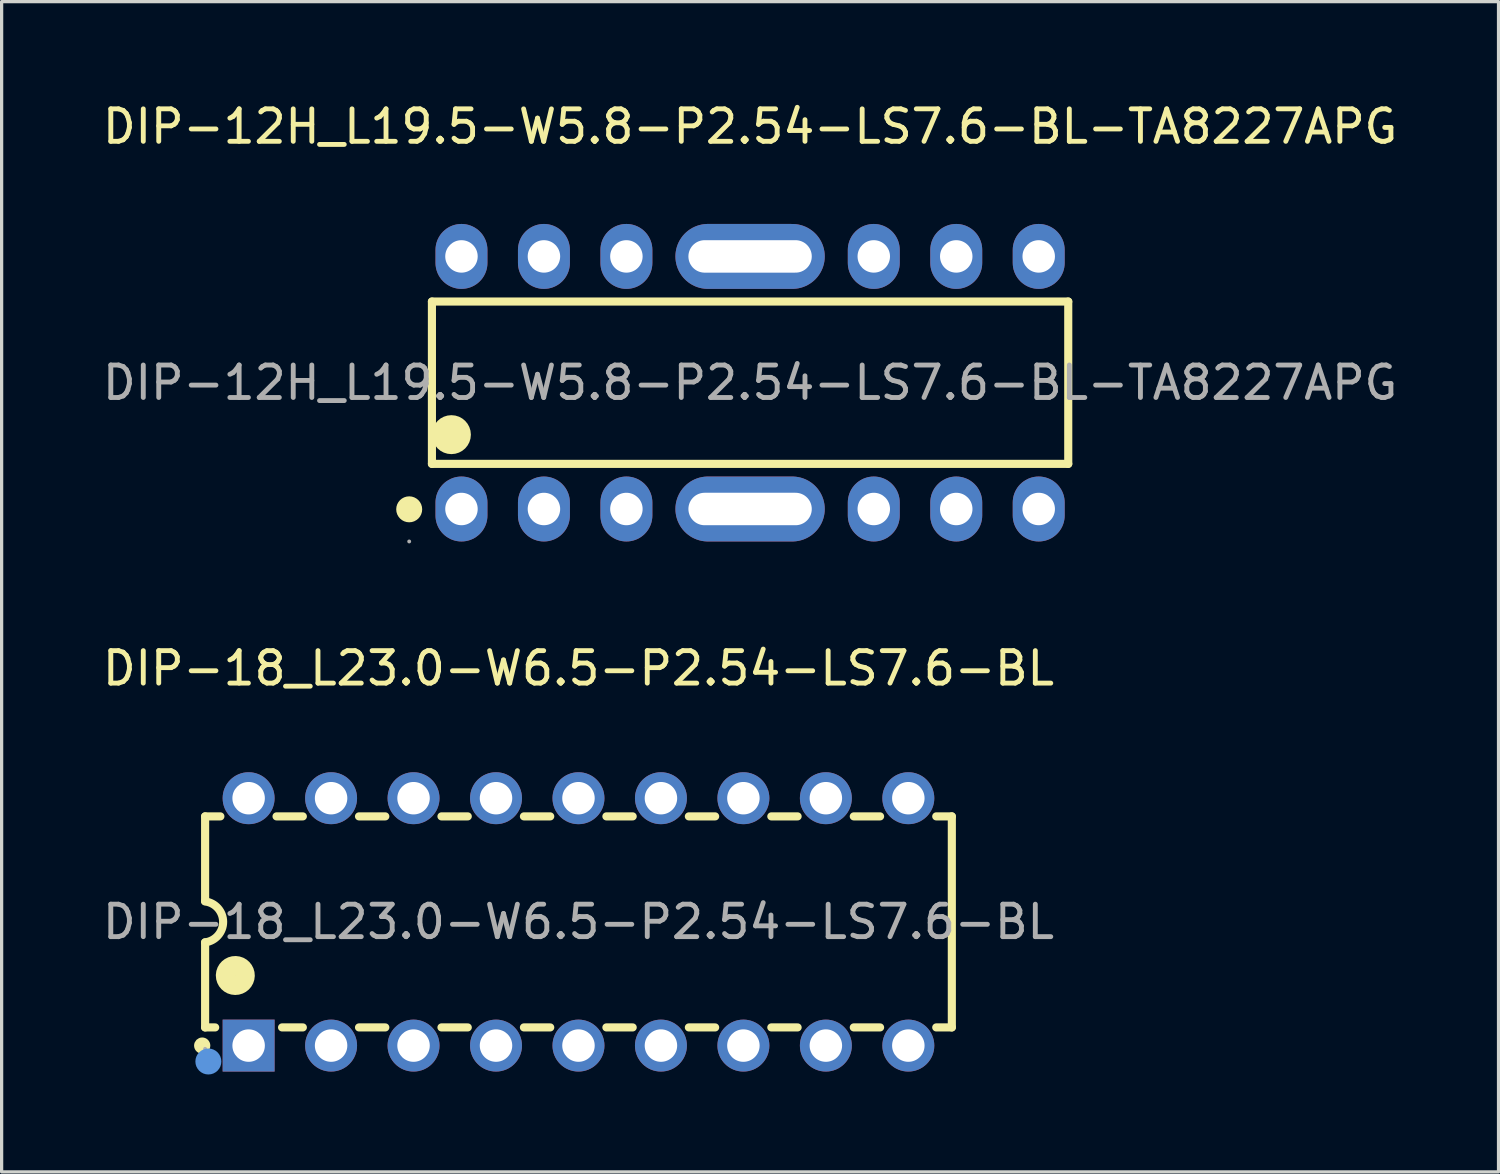
<source format=kicad_pcb>
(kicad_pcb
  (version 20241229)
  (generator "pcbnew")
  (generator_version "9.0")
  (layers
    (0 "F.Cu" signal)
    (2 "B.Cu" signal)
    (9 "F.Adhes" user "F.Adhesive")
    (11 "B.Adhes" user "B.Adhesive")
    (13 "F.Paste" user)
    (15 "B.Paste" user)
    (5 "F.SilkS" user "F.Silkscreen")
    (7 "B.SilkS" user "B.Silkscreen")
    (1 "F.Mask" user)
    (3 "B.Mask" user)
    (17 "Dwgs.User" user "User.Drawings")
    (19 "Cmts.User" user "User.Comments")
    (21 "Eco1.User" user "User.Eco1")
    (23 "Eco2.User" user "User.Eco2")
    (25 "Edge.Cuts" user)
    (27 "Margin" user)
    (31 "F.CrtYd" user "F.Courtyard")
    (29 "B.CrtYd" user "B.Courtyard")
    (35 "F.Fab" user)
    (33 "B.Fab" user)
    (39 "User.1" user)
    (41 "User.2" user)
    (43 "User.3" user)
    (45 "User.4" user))
  (footprint "DIP-18_L23.0-W6.5-P2.54-LS7.6-BL"
    (layer "F.Cu")
    (at 14.768 25.346)
    (property "Reference" "DIP-18_L23.0-W6.5-P2.54-LS7.6-BL" (at 0 -7.81 0) (layer "F.SilkS") (effects (font (size 1 1) (thickness 0.15))))
    (attr through_hole)
    (fp_line (start -11.5 -3.25) (end -11.5 -0.64) (stroke (width 0.25) (type solid)) (layer "F.SilkS"))
    (fp_line (start -11.5 3.25) (end -11.5 0.63) (stroke (width 0.25) (type solid)) (layer "F.SilkS"))
    (fp_line (start -11.5 3.25) (end -11.19 3.25) (stroke (width 0.25) (type solid)) (layer "F.SilkS"))
    (fp_line (start -11.03 -3.25) (end -11.5 -3.25) (stroke (width 0.25) (type solid)) (layer "F.SilkS"))
    (fp_line (start -9.13 3.25) (end -8.49 3.25) (stroke (width 0.25) (type solid)) (layer "F.SilkS"))
    (fp_line (start -8.49 -3.25) (end -9.3 -3.25) (stroke (width 0.25) (type solid)) (layer "F.SilkS"))
    (fp_line (start -6.76 3.25) (end -5.95 3.25) (stroke (width 0.25) (type solid)) (layer "F.SilkS"))
    (fp_line (start -5.95 -3.25) (end -6.76 -3.25) (stroke (width 0.25) (type solid)) (layer "F.SilkS"))
    (fp_line (start -4.22 3.25) (end -3.41 3.25) (stroke (width 0.25) (type solid)) (layer "F.SilkS"))
    (fp_line (start -3.41 -3.25) (end -4.22 -3.25) (stroke (width 0.25) (type solid)) (layer "F.SilkS"))
    (fp_line (start -1.68 3.25) (end -0.87 3.25) (stroke (width 0.25) (type solid)) (layer "F.SilkS"))
    (fp_line (start -0.87 -3.25) (end -1.68 -3.25) (stroke (width 0.25) (type solid)) (layer "F.SilkS"))
    (fp_line (start 0.86 3.25) (end 1.67 3.25) (stroke (width 0.25) (type solid)) (layer "F.SilkS"))
    (fp_line (start 1.67 -3.25) (end 0.86 -3.25) (stroke (width 0.25) (type solid)) (layer "F.SilkS"))
    (fp_line (start 3.4 3.25) (end 4.21 3.25) (stroke (width 0.25) (type solid)) (layer "F.SilkS"))
    (fp_line (start 4.21 -3.25) (end 3.4 -3.25) (stroke (width 0.25) (type solid)) (layer "F.SilkS"))
    (fp_line (start 5.94 3.25) (end 6.75 3.25) (stroke (width 0.25) (type solid)) (layer "F.SilkS"))
    (fp_line (start 6.75 -3.25) (end 5.94 -3.25) (stroke (width 0.25) (type solid)) (layer "F.SilkS"))
    (fp_line (start 8.48 3.25) (end 9.29 3.25) (stroke (width 0.25) (type solid)) (layer "F.SilkS"))
    (fp_line (start 9.29 -3.25) (end 8.48 -3.25) (stroke (width 0.25) (type solid)) (layer "F.SilkS"))
    (fp_line (start 11.02 3.25) (end 11.5 3.25) (stroke (width 0.25) (type solid)) (layer "F.SilkS"))
    (fp_line (start 11.5 -3.25) (end 11.02 -3.25) (stroke (width 0.25) (type solid)) (layer "F.SilkS"))
    (fp_line (start 11.5 -3.25) (end 11.5 3.25) (stroke (width 0.25) (type solid)) (layer "F.SilkS"))
    (fp_arc (start -11.59 3.81) (mid -11.59 3.81) (end -11.59 3.81) (stroke (width 0.25) (type solid)) (layer "F.SilkS"))
    (fp_arc (start -11.501582 -0.630199) (mid -10.944941 -0.000797) (end -11.5 0.63) (stroke (width 0.25) (type solid)) (layer "F.SilkS"))
    (fp_arc (start -10.87 1.64) (mid -10.269875 1.654999) (end -10.870167 1.650004) (stroke (width 0.6) (type solid)) (layer "F.SilkS"))
    (fp_circle (center -11.4 4.3) (end -11.2 4.3) (stroke (width 0.4) (type solid)) (fill no) (layer "Cmts.User"))
    (fp_circle (center -11.5 3.91) (end -11.47 3.91) (stroke (width 0.06) (type solid)) (fill no) (layer "F.Fab"))
    (fp_text user "${REFERENCE}" (at 0 0 0) (layer "F.Fab") (effects (font (size 1 1) (thickness 0.15))))
    (pad "1" thru_hole rect (at -10.16 3.81 90) (size 1.6 1.6) (drill 1) (layers "*.Cu" "*.Paste" "*.Mask"))
    (pad "2" thru_hole oval (at -7.62 3.81 90) (size 1.6 1.6) (drill 1) (layers "*.Cu" "*.Paste" "*.Mask"))
    (pad "3" thru_hole oval (at -5.08 3.81 90) (size 1.6 1.6) (drill 1) (layers "*.Cu" "*.Paste" "*.Mask"))
    (pad "4" thru_hole oval (at -2.54 3.81 90) (size 1.6 1.6) (drill 1) (layers "*.Cu" "*.Paste" "*.Mask"))
    (pad "5" thru_hole oval (at 0 3.81 90) (size 1.6 1.6) (drill 1) (layers "*.Cu" "*.Paste" "*.Mask"))
    (pad "6" thru_hole oval (at 2.54 3.81 90) (size 1.6 1.6) (drill 1) (layers "*.Cu" "*.Paste" "*.Mask"))
    (pad "7" thru_hole oval (at 5.08 3.81 90) (size 1.6 1.6) (drill 1) (layers "*.Cu" "*.Paste" "*.Mask"))
    (pad "8" thru_hole oval (at 7.62 3.81 90) (size 1.6 1.6) (drill 1) (layers "*.Cu" "*.Paste" "*.Mask"))
    (pad "9" thru_hole oval (at 10.16 3.81 90) (size 1.6 1.6) (drill 1) (layers "*.Cu" "*.Paste" "*.Mask"))
    (pad "10" thru_hole oval (at 10.16 -3.81 90) (size 1.6 1.6) (drill 1) (layers "*.Cu" "*.Paste" "*.Mask"))
    (pad "11" thru_hole oval (at 7.62 -3.81 90) (size 1.6 1.6) (drill 1) (layers "*.Cu" "*.Paste" "*.Mask"))
    (pad "12" thru_hole oval (at 5.08 -3.81 90) (size 1.6 1.6) (drill 1) (layers "*.Cu" "*.Paste" "*.Mask"))
    (pad "13" thru_hole oval (at 2.54 -3.81 90) (size 1.6 1.6) (drill 1) (layers "*.Cu" "*.Paste" "*.Mask"))
    (pad "14" thru_hole oval (at 0 -3.81 90) (size 1.6 1.6) (drill 1) (layers "*.Cu" "*.Paste" "*.Mask"))
    (pad "15" thru_hole oval (at -2.54 -3.81 90) (size 1.6 1.6) (drill 1) (layers "*.Cu" "*.Paste" "*.Mask"))
    (pad "16" thru_hole oval (at -5.08 -3.81 90) (size 1.6 1.6) (drill 1) (layers "*.Cu" "*.Paste" "*.Mask"))
    (pad "17" thru_hole oval (at -7.62 -3.81 90) (size 1.6 1.6) (drill 1) (layers "*.Cu" "*.Paste" "*.Mask"))
    (pad "18" thru_hole oval (at -10.16 -3.81 90) (size 1.6 1.6) (drill 1) (layers "*.Cu" "*.Paste" "*.Mask")))
  (footprint "DIP-12H_L19.5-W5.8-P2.54-LS7.6-BL-TA8227APG"
    (layer "F.Cu")
    (at 20.054 8.738)
    (property "Reference" "DIP-12H_L19.5-W5.8-P2.54-LS7.6-BL-TA8227APG" (at 0 -7.89 0) (layer "F.SilkS") (effects (font (size 1 1) (thickness 0.15))))
    (attr through_hole)
    (fp_line (start -9.8 -2.5) (end -9.8 2.5) (stroke (width 0.25) (type solid)) (layer "F.SilkS"))
    (fp_line (start -9.8 2.5) (end 9.8 2.5) (stroke (width 0.25) (type solid)) (layer "F.SilkS"))
    (fp_line (start 9.8 -2.5) (end -9.8 -2.5) (stroke (width 0.25) (type solid)) (layer "F.SilkS"))
    (fp_line (start 9.8 2.5) (end 9.8 -2.5) (stroke (width 0.25) (type solid)) (layer "F.SilkS"))
    (fp_arc (start -10.5 3.9) (mid -10.5 3.9) (end -10.5 3.9) (stroke (width 0.4) (type solid)) (layer "F.SilkS"))
    (fp_arc (start -9.2 1.6) (mid -9.2 1.6) (end -9.2 1.6) (stroke (width 0.6) (type solid)) (layer "F.SilkS"))
    (fp_circle (center -10.5 4.89) (end -10.47 4.89) (stroke (width 0.06) (type solid)) (fill no) (layer "F.Fab"))
    (fp_circle (center -8.89 -3.89) (end -8.69 -3.89) (stroke (width 0.4) (type solid)) (fill no) (layer "F.Fab"))
    (fp_circle (center -8.89 3.89) (end -8.69 3.89) (stroke (width 0.4) (type solid)) (fill no) (layer "F.Fab"))
    (fp_circle (center -6.35 -3.89) (end -6.15 -3.89) (stroke (width 0.4) (type solid)) (fill no) (layer "F.Fab"))
    (fp_circle (center -6.35 3.89) (end -6.15 3.89) (stroke (width 0.4) (type solid)) (fill no) (layer "F.Fab"))
    (fp_circle (center -3.81 -3.89) (end -3.61 -3.89) (stroke (width 0.4) (type solid)) (fill no) (layer "F.Fab"))
    (fp_circle (center -3.81 3.89) (end -3.61 3.89) (stroke (width 0.4) (type solid)) (fill no) (layer "F.Fab"))
    (fp_circle (center 3.81 -3.89) (end 4.01 -3.89) (stroke (width 0.4) (type solid)) (fill no) (layer "F.Fab"))
    (fp_circle (center 3.81 3.89) (end 4.01 3.89) (stroke (width 0.4) (type solid)) (fill no) (layer "F.Fab"))
    (fp_circle (center 6.35 -3.89) (end 6.55 -3.89) (stroke (width 0.4) (type solid)) (fill no) (layer "F.Fab"))
    (fp_circle (center 6.35 3.89) (end 6.55 3.89) (stroke (width 0.4) (type solid)) (fill no) (layer "F.Fab"))
    (fp_circle (center 8.89 -3.89) (end 9.09 -3.89) (stroke (width 0.4) (type solid)) (fill no) (layer "F.Fab"))
    (fp_circle (center 8.89 3.89) (end 9.09 3.89) (stroke (width 0.4) (type solid)) (fill no) (layer "F.Fab"))
    (fp_text user "${REFERENCE}" (at 0 0 0) (layer "F.Fab") (effects (font (size 1 1) (thickness 0.15))))
    (pad "1" thru_hole oval (at -8.89 3.89 90) (size 2 1.6) (drill 1) (layers "*.Cu" "*.Paste" "*.Mask"))
    (pad "2" thru_hole oval (at -6.35 3.89 90) (size 2 1.6) (drill 1) (layers "*.Cu" "*.Paste" "*.Mask"))
    (pad "3" thru_hole oval (at -3.81 3.89 90) (size 2 1.6) (drill 1) (layers "*.Cu" "*.Paste" "*.Mask"))
    (pad "4" thru_hole oval (at 3.81 3.89 90) (size 2 1.6) (drill 1) (layers "*.Cu" "*.Paste" "*.Mask"))
    (pad "5" thru_hole oval (at 6.35 3.89 90) (size 2 1.6) (drill 1) (layers "*.Cu" "*.Paste" "*.Mask"))
    (pad "6" thru_hole oval (at 8.89 3.89 90) (size 2 1.6) (drill 1) (layers "*.Cu" "*.Paste" "*.Mask"))
    (pad "7" thru_hole oval (at 8.89 -3.89 90) (size 2 1.6) (drill 1) (layers "*.Cu" "*.Paste" "*.Mask"))
    (pad "8" thru_hole oval (at 6.35 -3.89 90) (size 2 1.6) (drill 1) (layers "*.Cu" "*.Paste" "*.Mask"))
    (pad "9" thru_hole oval (at 3.81 -3.89 90) (size 2 1.6) (drill 1) (layers "*.Cu" "*.Paste" "*.Mask"))
    (pad "10" thru_hole oval (at -3.81 -3.89 90) (size 2 1.6) (drill 1) (layers "*.Cu" "*.Paste" "*.Mask"))
    (pad "11" thru_hole oval (at -6.35 -3.89 90) (size 2 1.6) (drill 1) (layers "*.Cu" "*.Paste" "*.Mask"))
    (pad "12" thru_hole oval (at -8.89 -3.89 90) (size 2 1.6) (drill 1) (layers "*.Cu" "*.Paste" "*.Mask"))
    (pad "13" thru_hole oval (at 0 -3.89 90) (size 2 4.6) (drill oval 1 3.8) (layers "*.Cu" "*.Paste" "*.Mask"))
    (pad "14" thru_hole oval (at 0 3.89 90) (size 2 4.6) (drill oval 1 3.8) (layers "*.Cu" "*.Paste" "*.Mask")))
  (gr_rect
    (start -3 -3)
    (end 43.107 33.047)
    (stroke (width 0.1) (type default))
    (fill no)
    (layer "Edge.Cuts")))
</source>
